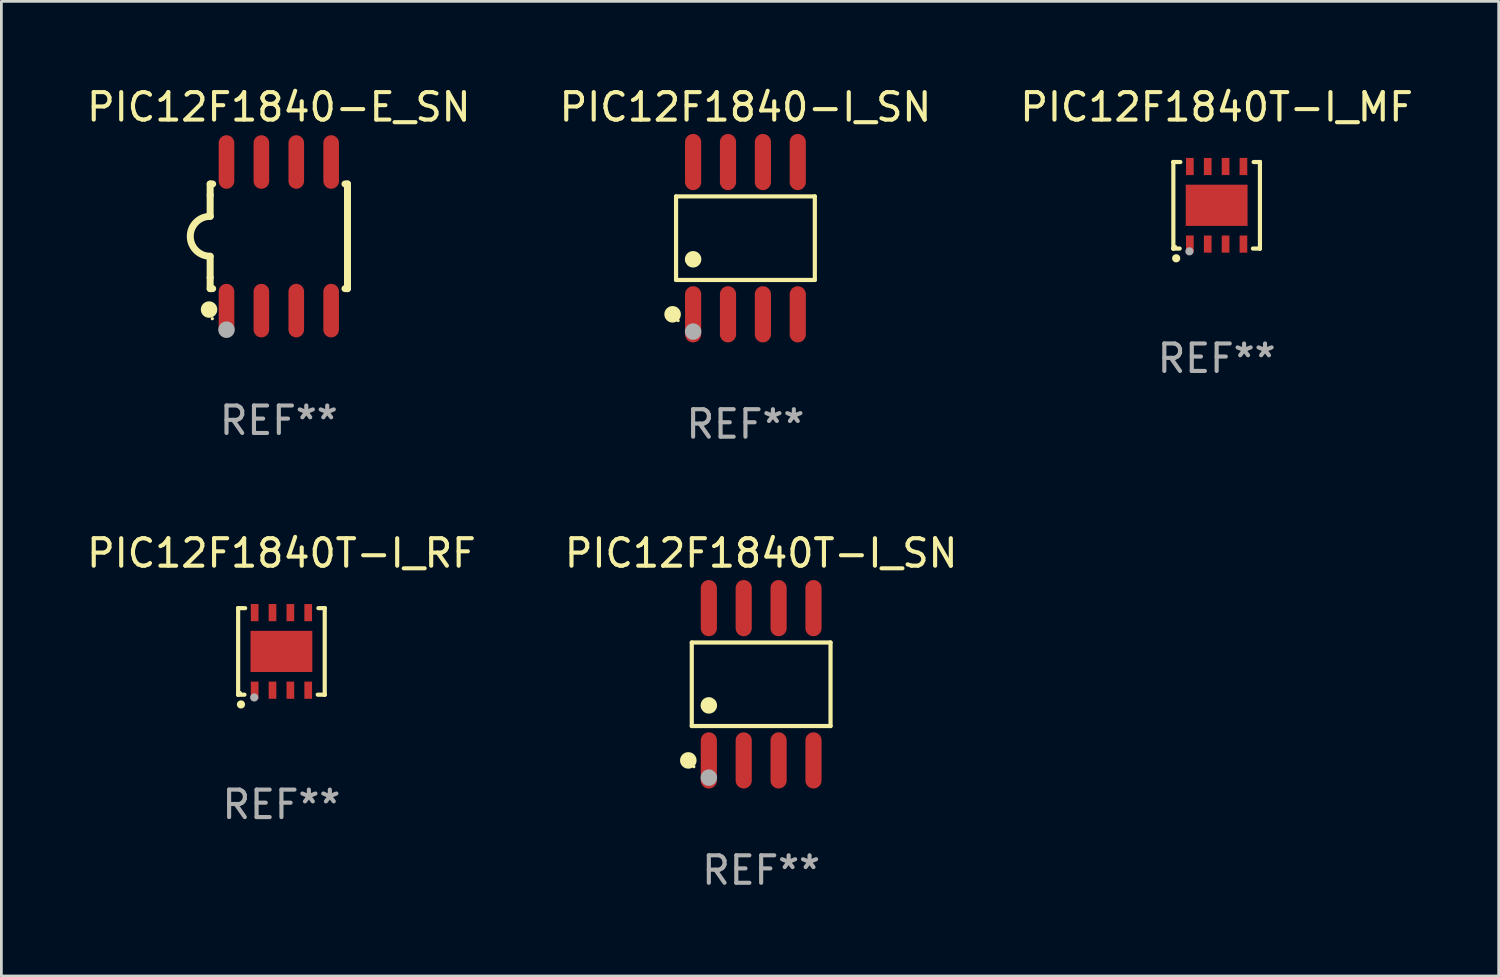
<source format=kicad_pcb>
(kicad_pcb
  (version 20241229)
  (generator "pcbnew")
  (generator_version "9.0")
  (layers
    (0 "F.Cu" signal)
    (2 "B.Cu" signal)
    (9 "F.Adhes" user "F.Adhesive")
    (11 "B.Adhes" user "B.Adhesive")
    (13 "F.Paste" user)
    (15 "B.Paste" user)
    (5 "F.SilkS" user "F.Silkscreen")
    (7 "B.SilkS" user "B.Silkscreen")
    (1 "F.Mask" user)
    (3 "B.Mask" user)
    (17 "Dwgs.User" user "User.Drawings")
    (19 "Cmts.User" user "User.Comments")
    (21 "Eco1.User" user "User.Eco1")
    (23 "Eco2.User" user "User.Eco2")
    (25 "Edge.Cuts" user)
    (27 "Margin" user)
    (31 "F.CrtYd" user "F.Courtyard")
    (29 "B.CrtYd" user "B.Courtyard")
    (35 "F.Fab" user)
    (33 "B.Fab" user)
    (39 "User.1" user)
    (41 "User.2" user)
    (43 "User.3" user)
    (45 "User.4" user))
  (footprint "PIC12F1840T-I_RF"
    (layer "F.Cu")
    (at 7.196 20.666)
    (property "Reference" "PIC12F1840T-I_RF" (at 0 -3.576 0) (layer "F.SilkS") (effects (font (size 1 1) (thickness 0.15))))
    (attr through_hole)
    (fp_line (start -1.576 -1.576) (end -1.576 -1.576) (stroke (width 0.152) (type solid)) (layer "F.SilkS"))
    (fp_line (start -1.576 -1.576) (end -1.576 1.576) (stroke (width 0.152) (type solid)) (layer "F.SilkS"))
    (fp_line (start -1.576 1.576) (end -1.576 1.576) (stroke (width 0.152) (type solid)) (layer "F.SilkS"))
    (fp_line (start -1.576 1.576) (end -1.346 1.575) (stroke (width 0.152) (type solid)) (layer "F.SilkS"))
    (fp_line (start -1.321 -1.575) (end -1.576 -1.576) (stroke (width 0.152) (type solid)) (layer "F.SilkS"))
    (fp_line (start 1.321 1.575) (end 1.576 1.576) (stroke (width 0.152) (type solid)) (layer "F.SilkS"))
    (fp_line (start 1.576 -1.576) (end 1.346 -1.575) (stroke (width 0.152) (type solid)) (layer "F.SilkS"))
    (fp_line (start 1.576 -1.576) (end 1.576 -1.576) (stroke (width 0.152) (type solid)) (layer "F.SilkS"))
    (fp_line (start 1.576 1.576) (end 1.576 -1.576) (stroke (width 0.152) (type solid)) (layer "F.SilkS"))
    (fp_line (start 1.576 1.576) (end 1.576 1.576) (stroke (width 0.152) (type solid)) (layer "F.SilkS"))
    (fp_circle (center -1.5 1.5) (end -1.47 1.5) (stroke (width 0.06) (type solid)) (fill no) (layer "F.SilkS"))
    (fp_circle (center -1.473 1.93) (end -1.398 1.93) (stroke (width 0.15) (type solid)) (fill no) (layer "F.SilkS"))
    (fp_circle (center -0.991 1.676) (end -0.916 1.676) (stroke (width 0.15) (type solid)) (fill no) (layer "F.Fab"))
    (fp_text user "REF**" (at 0 5.576 0) (layer "F.Fab") (effects (font (size 1 1) (thickness 0.15))))
    (pad "1" smd rect (at -0.975 1.412) (size 0.28 0.625) (layers "F.Cu" "F.Mask" "F.Paste"))
    (pad "2" smd rect (at -0.325 1.412) (size 0.28 0.625) (layers "F.Cu" "F.Mask" "F.Paste"))
    (pad "3" smd rect (at 0.325 1.412) (size 0.28 0.625) (layers "F.Cu" "F.Mask" "F.Paste"))
    (pad "4" smd rect (at 0.975 1.412) (size 0.28 0.625) (layers "F.Cu" "F.Mask" "F.Paste"))
    (pad "5" smd rect (at 0.975 -1.412) (size 0.28 0.625) (layers "F.Cu" "F.Mask" "F.Paste"))
    (pad "6" smd rect (at 0.325 -1.412) (size 0.28 0.625) (layers "F.Cu" "F.Mask" "F.Paste"))
    (pad "7" smd rect (at -0.325 -1.412) (size 0.28 0.625) (layers "F.Cu" "F.Mask" "F.Paste"))
    (pad "8" smd rect (at -0.975 -1.412) (size 0.28 0.625) (layers "F.Cu" "F.Mask" "F.Paste"))
    (pad "9" smd rect (at 0 0) (size 2.25 1.5) (layers "F.Cu" "F.Mask" "F.Paste")))
  (footprint "PIC12F1840T-I_MF"
    (layer "F.Cu")
    (at 41.244 4.424)
    (property "Reference" "PIC12F1840T-I_MF" (at 0 -3.576 0) (layer "F.SilkS") (effects (font (size 1 1) (thickness 0.15))))
    (attr through_hole)
    (fp_line (start -1.576 -1.576) (end -1.576 -1.576) (stroke (width 0.152) (type solid)) (layer "F.SilkS"))
    (fp_line (start -1.576 -1.576) (end -1.576 1.576) (stroke (width 0.152) (type solid)) (layer "F.SilkS"))
    (fp_line (start -1.576 1.576) (end -1.576 1.576) (stroke (width 0.152) (type solid)) (layer "F.SilkS"))
    (fp_line (start -1.576 1.576) (end -1.346 1.575) (stroke (width 0.152) (type solid)) (layer "F.SilkS"))
    (fp_line (start -1.321 -1.575) (end -1.576 -1.576) (stroke (width 0.152) (type solid)) (layer "F.SilkS"))
    (fp_line (start 1.321 1.575) (end 1.576 1.576) (stroke (width 0.152) (type solid)) (layer "F.SilkS"))
    (fp_line (start 1.576 -1.576) (end 1.346 -1.575) (stroke (width 0.152) (type solid)) (layer "F.SilkS"))
    (fp_line (start 1.576 -1.576) (end 1.576 -1.576) (stroke (width 0.152) (type solid)) (layer "F.SilkS"))
    (fp_line (start 1.576 1.576) (end 1.576 -1.576) (stroke (width 0.152) (type solid)) (layer "F.SilkS"))
    (fp_line (start 1.576 1.576) (end 1.576 1.576) (stroke (width 0.152) (type solid)) (layer "F.SilkS"))
    (fp_circle (center -1.5 1.5) (end -1.47 1.5) (stroke (width 0.06) (type solid)) (fill no) (layer "F.SilkS"))
    (fp_circle (center -1.473 1.93) (end -1.398 1.93) (stroke (width 0.15) (type solid)) (fill no) (layer "F.SilkS"))
    (fp_circle (center -0.991 1.676) (end -0.916 1.676) (stroke (width 0.15) (type solid)) (fill no) (layer "F.Fab"))
    (fp_text user "REF**" (at 0 5.576 0) (layer "F.Fab") (effects (font (size 1 1) (thickness 0.15))))
    (pad "1" smd rect (at -0.975 1.412) (size 0.28 0.625) (layers "F.Cu" "F.Mask" "F.Paste"))
    (pad "2" smd rect (at -0.325 1.412) (size 0.28 0.625) (layers "F.Cu" "F.Mask" "F.Paste"))
    (pad "3" smd rect (at 0.325 1.412) (size 0.28 0.625) (layers "F.Cu" "F.Mask" "F.Paste"))
    (pad "4" smd rect (at 0.975 1.412) (size 0.28 0.625) (layers "F.Cu" "F.Mask" "F.Paste"))
    (pad "5" smd rect (at 0.975 -1.412) (size 0.28 0.625) (layers "F.Cu" "F.Mask" "F.Paste"))
    (pad "6" smd rect (at 0.325 -1.412) (size 0.28 0.625) (layers "F.Cu" "F.Mask" "F.Paste"))
    (pad "7" smd rect (at -0.325 -1.412) (size 0.28 0.625) (layers "F.Cu" "F.Mask" "F.Paste"))
    (pad "8" smd rect (at -0.975 -1.412) (size 0.28 0.625) (layers "F.Cu" "F.Mask" "F.Paste"))
    (pad "9" smd rect (at 0 0) (size 2.25 1.5) (layers "F.Cu" "F.Mask" "F.Paste")))
  (footprint "PIC12F1840-E_SN"
    (layer "F.Cu")
    (at 7.101 5.553)
    (property "Reference" "PIC12F1840-E_SN" (at 0 -4.705 0) (layer "F.SilkS") (effects (font (size 1 1) (thickness 0.15))))
    (attr through_hole)
    (fp_line (start -2.5 -1.905) (end -2.409 -1.905) (stroke (width 0.254) (type solid)) (layer "F.SilkS"))
    (fp_line (start -2.5 -1.5) (end -2.5 -1.905) (stroke (width 0.254) (type solid)) (layer "F.SilkS"))
    (fp_line (start -2.5 -1.5) (end -2.5 -0.726) (stroke (width 0.254) (type solid)) (layer "F.SilkS"))
    (fp_line (start -2.5 1.5) (end -2.5 0.727) (stroke (width 0.254) (type solid)) (layer "F.SilkS"))
    (fp_line (start -2.5 1.5) (end -2.5 1.905) (stroke (width 0.254) (type solid)) (layer "F.SilkS"))
    (fp_line (start -2.5 1.905) (end -2.409 1.905) (stroke (width 0.254) (type solid)) (layer "F.SilkS"))
    (fp_line (start 2.5 -1.905) (end 2.409 -1.905) (stroke (width 0.254) (type solid)) (layer "F.SilkS"))
    (fp_line (start 2.5 -1.5) (end 2.5 -1.905) (stroke (width 0.254) (type solid)) (layer "F.SilkS"))
    (fp_line (start 2.5 -1.5) (end 2.5 1.5) (stroke (width 0.254) (type solid)) (layer "F.SilkS"))
    (fp_line (start 2.5 1.5) (end 2.5 1.905) (stroke (width 0.254) (type solid)) (layer "F.SilkS"))
    (fp_line (start 2.5 1.905) (end 2.409 1.905) (stroke (width 0.254) (type solid)) (layer "F.SilkS"))
    (fp_arc (start -2.5 0.726568) (mid -3.220316 -0.0023) (end -2.495097 -0.726289) (stroke (width 0.254001) (type solid)) (layer "F.SilkS"))
    (fp_circle (center -2.54 2.667) (end -2.39 2.667) (stroke (width 0.3) (type solid)) (fill no) (layer "F.SilkS"))
    (fp_circle (center -2.42 3) (end -2.39 3) (stroke (width 0.06) (type solid)) (fill no) (layer "F.SilkS"))
    (fp_circle (center -1.905 3.4) (end -1.755 3.4) (stroke (width 0.3) (type solid)) (fill no) (layer "F.Fab"))
    (fp_text user "REF**" (at 0 6.705 0) (layer "F.Fab") (effects (font (size 1 1) (thickness 0.15))))
    (pad "1" smd oval (at -1.905 2.705) (size 0.568 1.95) (layers "F.Cu" "F.Mask" "F.Paste"))
    (pad "2" smd oval (at -0.635 2.705) (size 0.568 1.95) (layers "F.Cu" "F.Mask" "F.Paste"))
    (pad "3" smd oval (at 0.635 2.705) (size 0.568 1.95) (layers "F.Cu" "F.Mask" "F.Paste"))
    (pad "4" smd oval (at 1.905 2.705) (size 0.568 1.95) (layers "F.Cu" "F.Mask" "F.Paste"))
    (pad "5" smd oval (at 1.905 -2.705) (size 0.568 1.95) (layers "F.Cu" "F.Mask" "F.Paste"))
    (pad "6" smd oval (at 0.635 -2.705) (size 0.568 1.95) (layers "F.Cu" "F.Mask" "F.Paste"))
    (pad "7" smd oval (at -0.635 -2.705) (size 0.568 1.95) (layers "F.Cu" "F.Mask" "F.Paste"))
    (pad "8" smd oval (at -1.905 -2.705) (size 0.568 1.95) (layers "F.Cu" "F.Mask" "F.Paste")))
  (footprint "PIC12F1840T-I_SN"
    (layer "F.Cu")
    (at 24.661 21.862)
    (property "Reference" "PIC12F1840T-I_SN" (at 0 -4.772 0) (layer "F.SilkS") (effects (font (size 1 1) (thickness 0.15))))
    (attr through_hole)
    (fp_line (start -2.526 -1.521) (end 2.526 -1.521) (stroke (width 0.152) (type solid)) (layer "F.SilkS"))
    (fp_line (start -2.526 1.521) (end -2.526 -1.521) (stroke (width 0.152) (type solid)) (layer "F.SilkS"))
    (fp_line (start 2.526 -1.521) (end 2.526 1.521) (stroke (width 0.152) (type solid)) (layer "F.SilkS"))
    (fp_line (start 2.526 1.521) (end -2.526 1.521) (stroke (width 0.152) (type solid)) (layer "F.SilkS"))
    (fp_circle (center -2.652 2.772) (end -2.501 2.772) (stroke (width 0.3) (type solid)) (fill no) (layer "F.SilkS"))
    (fp_circle (center -2.45 3) (end -2.42 3) (stroke (width 0.06) (type solid)) (fill no) (layer "F.SilkS"))
    (fp_circle (center -1.905 0.769) (end -1.755 0.769) (stroke (width 0.3) (type solid)) (fill no) (layer "F.SilkS"))
    (fp_circle (center -1.905 3.4) (end -1.755 3.4) (stroke (width 0.3) (type solid)) (fill no) (layer "F.Fab"))
    (fp_text user "REF**" (at 0 6.772 0) (layer "F.Fab") (effects (font (size 1 1) (thickness 0.15))))
    (pad "1" smd oval (at -1.905 2.772) (size 0.588 2.045) (layers "F.Cu" "F.Mask" "F.Paste"))
    (pad "2" smd oval (at -0.635 2.772) (size 0.588 2.045) (layers "F.Cu" "F.Mask" "F.Paste"))
    (pad "3" smd oval (at 0.635 2.772) (size 0.588 2.045) (layers "F.Cu" "F.Mask" "F.Paste"))
    (pad "4" smd oval (at 1.905 2.772) (size 0.588 2.045) (layers "F.Cu" "F.Mask" "F.Paste"))
    (pad "5" smd oval (at 1.905 -2.772) (size 0.588 2.045) (layers "F.Cu" "F.Mask" "F.Paste"))
    (pad "6" smd oval (at 0.635 -2.772) (size 0.588 2.045) (layers "F.Cu" "F.Mask" "F.Paste"))
    (pad "7" smd oval (at -0.635 -2.772) (size 0.588 2.045) (layers "F.Cu" "F.Mask" "F.Paste"))
    (pad "8" smd oval (at -1.905 -2.772) (size 0.588 2.045) (layers "F.Cu" "F.Mask" "F.Paste")))
  (footprint "PIC12F1840-I_SN"
    (layer "F.Cu")
    (at 24.089 5.621)
    (property "Reference" "PIC12F1840-I_SN" (at 0 -4.772 0) (layer "F.SilkS") (effects (font (size 1 1) (thickness 0.15))))
    (attr through_hole)
    (fp_line (start -2.526 -1.521) (end 2.526 -1.521) (stroke (width 0.152) (type solid)) (layer "F.SilkS"))
    (fp_line (start -2.526 1.521) (end -2.526 -1.521) (stroke (width 0.152) (type solid)) (layer "F.SilkS"))
    (fp_line (start 2.526 -1.521) (end 2.526 1.521) (stroke (width 0.152) (type solid)) (layer "F.SilkS"))
    (fp_line (start 2.526 1.521) (end -2.526 1.521) (stroke (width 0.152) (type solid)) (layer "F.SilkS"))
    (fp_circle (center -2.652 2.772) (end -2.501 2.772) (stroke (width 0.3) (type solid)) (fill no) (layer "F.SilkS"))
    (fp_circle (center -2.45 3) (end -2.42 3) (stroke (width 0.06) (type solid)) (fill no) (layer "F.SilkS"))
    (fp_circle (center -1.905 0.769) (end -1.755 0.769) (stroke (width 0.3) (type solid)) (fill no) (layer "F.SilkS"))
    (fp_circle (center -1.905 3.4) (end -1.755 3.4) (stroke (width 0.3) (type solid)) (fill no) (layer "F.Fab"))
    (fp_text user "REF**" (at 0 6.772 0) (layer "F.Fab") (effects (font (size 1 1) (thickness 0.15))))
    (pad "1" smd oval (at -1.905 2.772) (size 0.588 2.045) (layers "F.Cu" "F.Mask" "F.Paste"))
    (pad "2" smd oval (at -0.635 2.772) (size 0.588 2.045) (layers "F.Cu" "F.Mask" "F.Paste"))
    (pad "3" smd oval (at 0.635 2.772) (size 0.588 2.045) (layers "F.Cu" "F.Mask" "F.Paste"))
    (pad "4" smd oval (at 1.905 2.772) (size 0.588 2.045) (layers "F.Cu" "F.Mask" "F.Paste"))
    (pad "5" smd oval (at 1.905 -2.772) (size 0.588 2.045) (layers "F.Cu" "F.Mask" "F.Paste"))
    (pad "6" smd oval (at 0.635 -2.772) (size 0.588 2.045) (layers "F.Cu" "F.Mask" "F.Paste"))
    (pad "7" smd oval (at -0.635 -2.772) (size 0.588 2.045) (layers "F.Cu" "F.Mask" "F.Paste"))
    (pad "8" smd oval (at -1.905 -2.772) (size 0.588 2.045) (layers "F.Cu" "F.Mask" "F.Paste")))
  (gr_rect
    (start -3 -3)
    (end 51.512 32.483)
    (stroke (width 0.1) (type default))
    (fill no)
    (layer "Edge.Cuts")))
</source>
